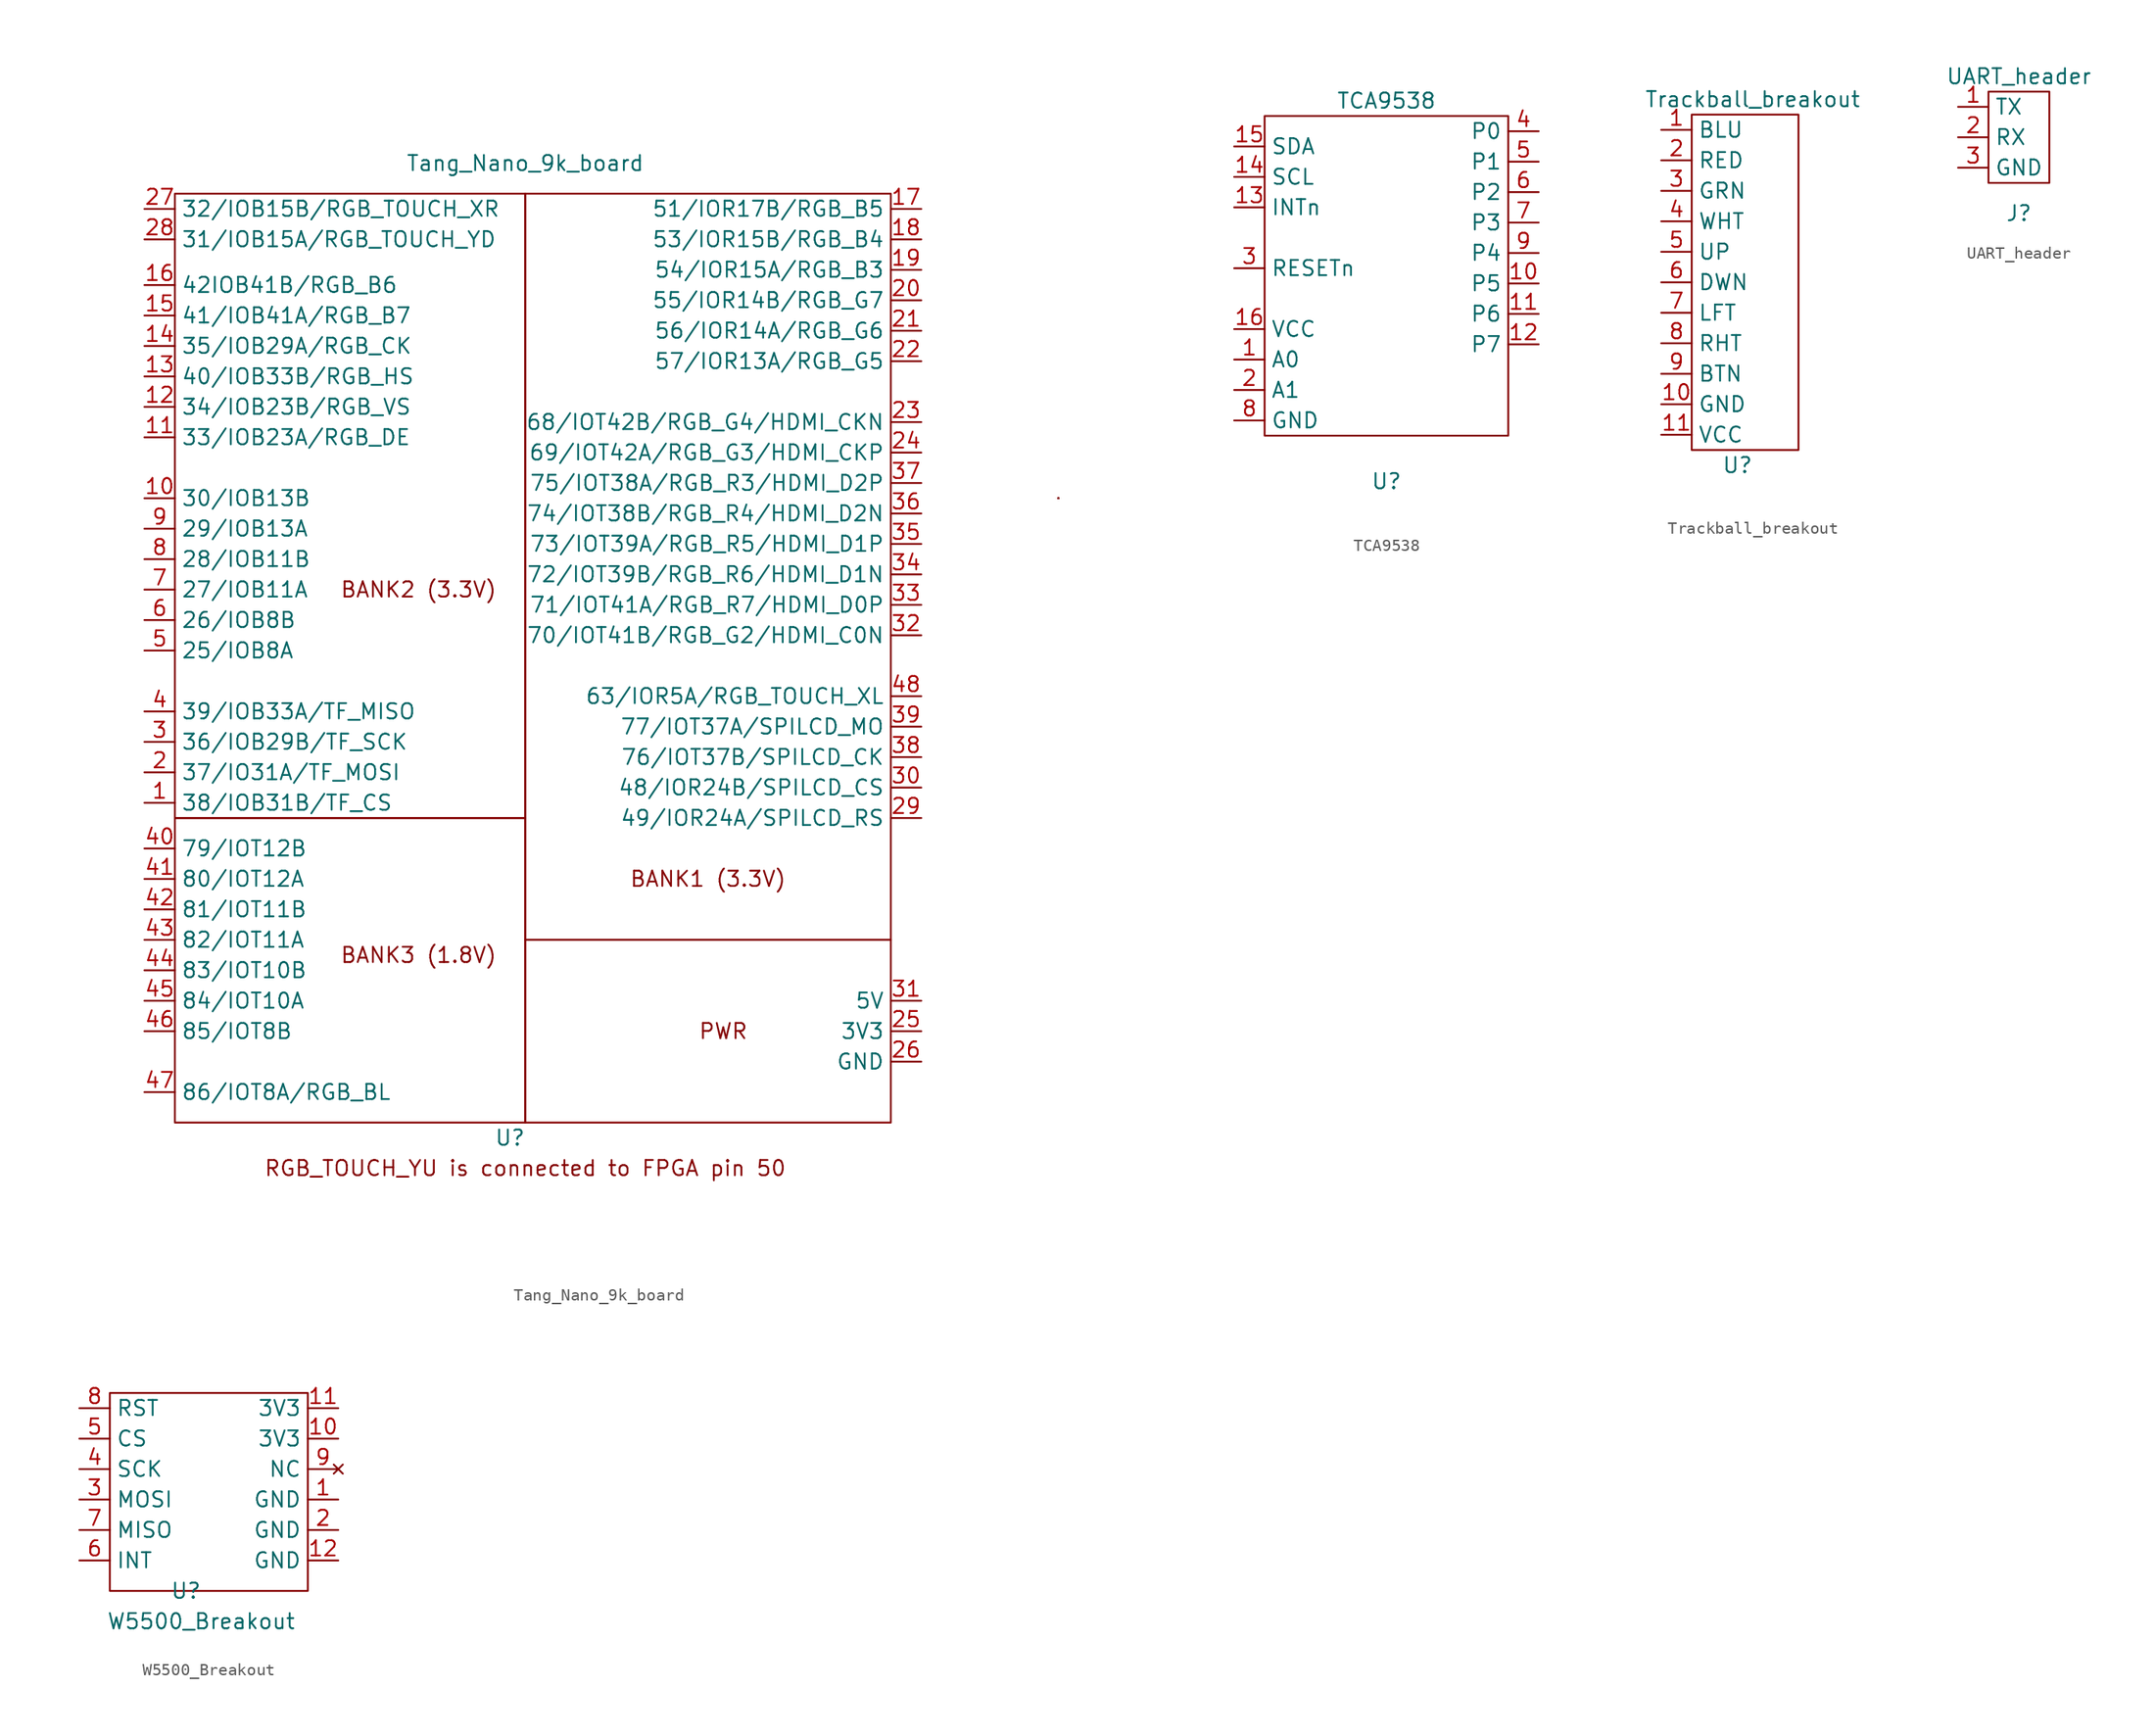
<source format=kicad_sym>
(kicad_symbol_lib
  (version 20220914)
  (generator kicad_symbol_editor)
  (symbol "Tang_Nano_9k_board"
    (property "Reference" "U"
      (at -1.27 -45.72 0)
      (effects (font (size 1.27 1.27))))
    (property "Value" "Tang_Nano_9k_board"
      (at 0 35.56 0)
      (effects (font (size 1.27 1.27))))
    (symbol "Tang_Nano_9k_board_0_0"
      (rectangle (start 44.45 7.62) (end 44.45 7.62) (stroke (width 0) (type default)) (fill (type none)))
      (rectangle (start 44.45 7.62) (end 44.45 7.62) (stroke (width 0) (type default)) (fill (type none)))
      (rectangle (start 44.45 7.62) (end 44.45 7.62) (stroke (width 0) (type default)) (fill (type none)))
      (rectangle (start 44.45 7.62) (end 44.45 7.62) (stroke (width 0) (type default)) (fill (type none)))
      (rectangle (start 44.45 7.62) (end 44.45 7.62) (stroke (width 0) (type default)) (fill (type none)))
      (rectangle (start 44.45 7.62) (end 44.45 7.62) (stroke (width 0) (type default)) (fill (type none)))
      (rectangle (start 44.45 7.62) (end 44.45 7.62) (stroke (width 0) (type default)) (fill (type none)))
      (rectangle (start 44.45 7.62) (end 44.45 7.62) (stroke (width 0) (type default)) (fill (type none)))
      (rectangle (start 44.45 7.62) (end 44.45 7.62) (stroke (width 0) (type default)) (fill (type none)))
      (rectangle (start 44.45 7.62) (end 44.45 7.62) (stroke (width 0) (type default)) (fill (type none)))
      (text "BANK1 (3.3V)" (at 15.24 -24.13 0) (effects (font (size 1.27 1.27))))
      (text "BANK2 (3.3V)" (at -8.89 0 0) (effects (font (size 1.27 1.27))))
      (text "BANK3 (1.8V)" (at -8.89 -30.48 0) (effects (font (size 1.27 1.27))))
      (text "PWR" (at 16.51 -36.83 0) (effects (font (size 1.27 1.27))))
      (text "RGB_TOUCH_YU is connected to FPGA pin 50" (at 0 -48.26 0) (effects (font (size 1.27 1.27)))))
    (symbol "Tang_Nano_9k_board_0_1"
      (rectangle (start -29.21 33.02) (end 0 -19.05) (stroke (width 0) (type default)) (fill (type none)))
      (rectangle (start 0 -44.45) (end -29.21 -19.05) (stroke (width 0) (type default)) (fill (type none)))
      (rectangle (start 0 -29.21) (end 30.48 -44.45) (stroke (width 0) (type default)) (fill (type none)))
      (rectangle (start 0 33.02) (end 30.48 -29.21) (stroke (width 0) (type default)) (fill (type none))))
    (symbol "Tang_Nano_9k_board_1_1"
      (pin bidirectional line (at -31.75 -17.78 0) (length 2.54) (name "38/IOB31B/TF_CS" (effects (font (size 1.27 1.27)))) (number "1" (effects (font (size 1.27 1.27)))))
      (pin bidirectional line (at -31.75 7.62 0) (length 2.54) (name "30/IOB13B" (effects (font (size 1.27 1.27)))) (number "10" (effects (font (size 1.27 1.27)))))
      (pin bidirectional line (at -31.75 12.7 0) (length 2.54) (name "33/IOB23A/RGB_DE" (effects (font (size 1.27 1.27)))) (number "11" (effects (font (size 1.27 1.27)))))
      (pin bidirectional line (at -31.75 15.24 0) (length 2.54) (name "34/IOB23B/RGB_VS" (effects (font (size 1.27 1.27)))) (number "12" (effects (font (size 1.27 1.27)))))
      (pin bidirectional line (at -31.75 17.78 0) (length 2.54) (name "40/IOB33B/RGB_HS" (effects (font (size 1.27 1.27)))) (number "13" (effects (font (size 1.27 1.27)))))
      (pin bidirectional line (at -31.75 20.32 0) (length 2.54) (name "35/IOB29A/RGB_CK" (effects (font (size 1.27 1.27)))) (number "14" (effects (font (size 1.27 1.27)))))
      (pin bidirectional line (at -31.75 22.86 0) (length 2.54) (name "41/IOB41A/RGB_B7" (effects (font (size 1.27 1.27)))) (number "15" (effects (font (size 1.27 1.27)))))
      (pin bidirectional line (at -31.75 25.4 0) (length 2.54) (name "42IOB41B/RGB_B6" (effects (font (size 1.27 1.27)))) (number "16" (effects (font (size 1.27 1.27)))))
      (pin bidirectional line (at 33.02 31.75 180) (length 2.54) (name "51/IOR17B/RGB_B5" (effects (font (size 1.27 1.27)))) (number "17" (effects (font (size 1.27 1.27)))))
      (pin bidirectional line (at 33.02 29.21 180) (length 2.54) (name "53/IOR15B/RGB_B4" (effects (font (size 1.27 1.27)))) (number "18" (effects (font (size 1.27 1.27)))))
      (pin bidirectional line (at 33.02 26.67 180) (length 2.54) (name "54/IOR15A/RGB_B3" (effects (font (size 1.27 1.27)))) (number "19" (effects (font (size 1.27 1.27)))))
      (pin bidirectional line (at -31.75 -15.24 0) (length 2.54) (name "37/IO31A/TF_MOSI" (effects (font (size 1.27 1.27)))) (number "2" (effects (font (size 1.27 1.27)))))
      (pin bidirectional line (at 33.02 24.13 180) (length 2.54) (name "55/IOR14B/RGB_G7" (effects (font (size 1.27 1.27)))) (number "20" (effects (font (size 1.27 1.27)))))
      (pin bidirectional line (at 33.02 21.59 180) (length 2.54) (name "56/IOR14A/RGB_G6" (effects (font (size 1.27 1.27)))) (number "21" (effects (font (size 1.27 1.27)))))
      (pin bidirectional line (at 33.02 19.05 180) (length 2.54) (name "57/IOR13A/RGB_G5" (effects (font (size 1.27 1.27)))) (number "22" (effects (font (size 1.27 1.27)))))
      (pin bidirectional line (at 33.02 13.97 180) (length 2.54) (name "68/IOT42B/RGB_G4/HDMI_CKN" (effects (font (size 1.27 1.27)))) (number "23" (effects (font (size 1.27 1.27)))))
      (pin bidirectional line (at 33.02 11.43 180) (length 2.54) (name "69/IOT42A/RGB_G3/HDMI_CKP" (effects (font (size 1.27 1.27)))) (number "24" (effects (font (size 1.27 1.27)))))
      (pin power_out line (at 33.02 -36.83 180) (length 2.54) (name "3V3" (effects (font (size 1.27 1.27)))) (number "25" (effects (font (size 1.27 1.27)))))
      (pin power_out line (at 33.02 -39.37 180) (length 2.54) (name "GND" (effects (font (size 1.27 1.27)))) (number "26" (effects (font (size 1.27 1.27)))))
      (pin bidirectional line (at -31.75 31.75 0) (length 2.54) (name "32/IOB15B/RGB_TOUCH_XR" (effects (font (size 1.27 1.27)))) (number "27" (effects (font (size 1.27 1.27)))))
      (pin bidirectional line (at -31.75 29.21 0) (length 2.54) (name "31/IOB15A/RGB_TOUCH_YD" (effects (font (size 1.27 1.27)))) (number "28" (effects (font (size 1.27 1.27)))))
      (pin bidirectional line (at 33.02 -19.05 180) (length 2.54) (name "49/IOR24A/SPILCD_RS" (effects (font (size 1.27 1.27)))) (number "29" (effects (font (size 1.27 1.27)))))
      (pin bidirectional line (at -31.75 -12.7 0) (length 2.54) (name "36/IOB29B/TF_SCK" (effects (font (size 1.27 1.27)))) (number "3" (effects (font (size 1.27 1.27)))))
      (pin bidirectional line (at 33.02 -16.51 180) (length 2.54) (name "48/IOR24B/SPILCD_CS" (effects (font (size 1.27 1.27)))) (number "30" (effects (font (size 1.27 1.27)))))
      (pin power_out line (at 33.02 -34.29 180) (length 2.54) (name "5V" (effects (font (size 1.27 1.27)))) (number "31" (effects (font (size 1.27 1.27)))))
      (pin bidirectional line (at 33.02 -3.81 180) (length 2.54) (name "70/IOT41B/RGB_G2/HDMI_C0N" (effects (font (size 1.27 1.27)))) (number "32" (effects (font (size 1.27 1.27)))))
      (pin bidirectional line (at 33.02 -1.27 180) (length 2.54) (name "71/IOT41A/RGB_R7/HDMI_D0P" (effects (font (size 1.27 1.27)))) (number "33" (effects (font (size 1.27 1.27)))))
      (pin bidirectional line (at 33.02 1.27 180) (length 2.54) (name "72/IOT39B/RGB_R6/HDMI_D1N" (effects (font (size 1.27 1.27)))) (number "34" (effects (font (size 1.27 1.27)))))
      (pin bidirectional line (at 33.02 3.81 180) (length 2.54) (name "73/IOT39A/RGB_R5/HDMI_D1P" (effects (font (size 1.27 1.27)))) (number "35" (effects (font (size 1.27 1.27)))))
      (pin bidirectional line (at 33.02 6.35 180) (length 2.54) (name "74/IOT38B/RGB_R4/HDMI_D2N" (effects (font (size 1.27 1.27)))) (number "36" (effects (font (size 1.27 1.27)))))
      (pin bidirectional line (at 33.02 8.89 180) (length 2.54) (name "75/IOT38A/RGB_R3/HDMI_D2P" (effects (font (size 1.27 1.27)))) (number "37" (effects (font (size 1.27 1.27)))))
      (pin bidirectional line (at 33.02 -13.97 180) (length 2.54) (name "76/IOT37B/SPILCD_CK" (effects (font (size 1.27 1.27)))) (number "38" (effects (font (size 1.27 1.27)))))
      (pin bidirectional line (at 33.02 -11.43 180) (length 2.54) (name "77/IOT37A/SPILCD_MO" (effects (font (size 1.27 1.27)))) (number "39" (effects (font (size 1.27 1.27)))))
      (pin bidirectional line (at -31.75 -10.16 0) (length 2.54) (name "39/IOB33A/TF_MISO" (effects (font (size 1.27 1.27)))) (number "4" (effects (font (size 1.27 1.27)))))
      (pin bidirectional line (at -31.75 -21.59 0) (length 2.54) (name "79/IOT12B" (effects (font (size 1.27 1.27)))) (number "40" (effects (font (size 1.27 1.27)))))
      (pin bidirectional line (at -31.75 -24.13 0) (length 2.54) (name "80/IOT12A" (effects (font (size 1.27 1.27)))) (number "41" (effects (font (size 1.27 1.27)))))
      (pin bidirectional line (at -31.75 -26.67 0) (length 2.54) (name "81/IOT11B" (effects (font (size 1.27 1.27)))) (number "42" (effects (font (size 1.27 1.27)))))
      (pin bidirectional line (at -31.75 -29.21 0) (length 2.54) (name "82/IOT11A" (effects (font (size 1.27 1.27)))) (number "43" (effects (font (size 1.27 1.27)))))
      (pin bidirectional line (at -31.75 -31.75 0) (length 2.54) (name "83/IOT10B" (effects (font (size 1.27 1.27)))) (number "44" (effects (font (size 1.27 1.27)))))
      (pin bidirectional line (at -31.75 -34.29 0) (length 2.54) (name "84/IOT10A" (effects (font (size 1.27 1.27)))) (number "45" (effects (font (size 1.27 1.27)))))
      (pin bidirectional line (at -31.75 -36.83 0) (length 2.54) (name "85/IOT8B" (effects (font (size 1.27 1.27)))) (number "46" (effects (font (size 1.27 1.27)))))
      (pin bidirectional line (at -31.75 -41.91 0) (length 2.54) (name "86/IOT8A/RGB_BL" (effects (font (size 1.27 1.27)))) (number "47" (effects (font (size 1.27 1.27)))))
      (pin bidirectional line (at 33.02 -8.89 180) (length 2.54) (name "63/IOR5A/RGB_TOUCH_XL" (effects (font (size 1.27 1.27)))) (number "48" (effects (font (size 1.27 1.27)))))
      (pin bidirectional line (at -31.75 -5.08 0) (length 2.54) (name "25/IOB8A" (effects (font (size 1.27 1.27)))) (number "5" (effects (font (size 1.27 1.27)))))
      (pin bidirectional line (at -31.75 -2.54 0) (length 2.54) (name "26/IOB8B" (effects (font (size 1.27 1.27)))) (number "6" (effects (font (size 1.27 1.27)))))
      (pin bidirectional line (at -31.75 0 0) (length 2.54) (name "27/IOB11A" (effects (font (size 1.27 1.27)))) (number "7" (effects (font (size 1.27 1.27)))))
      (pin bidirectional line (at -31.75 2.54 0) (length 2.54) (name "28/IOB11B" (effects (font (size 1.27 1.27)))) (number "8" (effects (font (size 1.27 1.27)))))
      (pin bidirectional line (at -31.75 5.08 0) (length 2.54) (name "29/IOB13A" (effects (font (size 1.27 1.27)))) (number "9" (effects (font (size 1.27 1.27)))))))
  (symbol "TCA9538"
    (property "Reference" "U"
      (at 0 0 0)
      (effects (font (size 1.27 1.27))))
    (property "Value" "TCA9538"
      (at 0 31.75 0)
      (effects (font (size 1.27 1.27))))
    (symbol "TCA9538_0_1"
      (rectangle (start -10.16 3.81) (end 10.16 30.48) (stroke (width 0) (type default)) (fill (type none))))
    (symbol "TCA9538_1_1"
      (pin input line (at -12.7 10.16 0) (length 2.54) (name "A0" (effects (font (size 1.27 1.27)))) (number "1" (effects (font (size 1.27 1.27)))))
      (pin bidirectional line (at 12.7 16.51 180) (length 2.54) (name "P5" (effects (font (size 1.27 1.27)))) (number "10" (effects (font (size 1.27 1.27)))))
      (pin bidirectional line (at 12.7 13.97 180) (length 2.54) (name "P6" (effects (font (size 1.27 1.27)))) (number "11" (effects (font (size 1.27 1.27)))))
      (pin bidirectional line (at 12.7 11.43 180) (length 2.54) (name "P7" (effects (font (size 1.27 1.27)))) (number "12" (effects (font (size 1.27 1.27)))))
      (pin output line (at -12.7 22.86 0) (length 2.54) (name "INTn" (effects (font (size 1.27 1.27)))) (number "13" (effects (font (size 1.27 1.27)))))
      (pin bidirectional line (at -12.7 25.4 0) (length 2.54) (name "SCL" (effects (font (size 1.27 1.27)))) (number "14" (effects (font (size 1.27 1.27)))))
      (pin bidirectional line (at -12.7 27.94 0) (length 2.54) (name "SDA" (effects (font (size 1.27 1.27)))) (number "15" (effects (font (size 1.27 1.27)))))
      (pin power_in line (at -12.7 12.7 0) (length 2.54) (name "VCC" (effects (font (size 1.27 1.27)))) (number "16" (effects (font (size 1.27 1.27)))))
      (pin input line (at -12.7 7.62 0) (length 2.54) (name "A1" (effects (font (size 1.27 1.27)))) (number "2" (effects (font (size 1.27 1.27)))))
      (pin input line (at -12.7 17.78 0) (length 2.54) (name "RESETn" (effects (font (size 1.27 1.27)))) (number "3" (effects (font (size 1.27 1.27)))))
      (pin bidirectional line (at 12.7 29.21 180) (length 2.54) (name "P0" (effects (font (size 1.27 1.27)))) (number "4" (effects (font (size 1.27 1.27)))))
      (pin bidirectional line (at 12.7 26.67 180) (length 2.54) (name "P1" (effects (font (size 1.27 1.27)))) (number "5" (effects (font (size 1.27 1.27)))))
      (pin bidirectional line (at 12.7 24.13 180) (length 2.54) (name "P2" (effects (font (size 1.27 1.27)))) (number "6" (effects (font (size 1.27 1.27)))))
      (pin bidirectional line (at 12.7 21.59 180) (length 2.54) (name "P3" (effects (font (size 1.27 1.27)))) (number "7" (effects (font (size 1.27 1.27)))))
      (pin power_in line (at -12.7 5.08 0) (length 2.54) (name "GND" (effects (font (size 1.27 1.27)))) (number "8" (effects (font (size 1.27 1.27)))))
      (pin bidirectional line (at 12.7 19.05 180) (length 2.54) (name "P4" (effects (font (size 1.27 1.27)))) (number "9" (effects (font (size 1.27 1.27)))))))
  (symbol "Trackball_breakout"
    (property "Reference" "U"
      (at 0 -11.43 0)
      (effects (font (size 1.27 1.27))))
    (property "Value" "Trackball_breakout"
      (at 1.27 19.05 0)
      (effects (font (size 1.27 1.27))))
    (symbol "Trackball_breakout_0_1"
      (rectangle (start -3.81 17.78) (end 5.08 -10.16) (stroke (width 0) (type default)) (fill (type none))))
    (symbol "Trackball_breakout_1_1"
      (pin input line (at -6.35 16.51 0) (length 2.54) (name "BLU" (effects (font (size 1.27 1.27)))) (number "1" (effects (font (size 1.27 1.27)))))
      (pin power_in line (at -6.35 -6.35 0) (length 2.54) (name "GND" (effects (font (size 1.27 1.27)))) (number "10" (effects (font (size 1.27 1.27)))))
      (pin power_in line (at -6.35 -8.89 0) (length 2.54) (name "VCC" (effects (font (size 1.27 1.27)))) (number "11" (effects (font (size 1.27 1.27)))))
      (pin input line (at -6.35 13.97 0) (length 2.54) (name "RED" (effects (font (size 1.27 1.27)))) (number "2" (effects (font (size 1.27 1.27)))))
      (pin input line (at -6.35 11.43 0) (length 2.54) (name "GRN" (effects (font (size 1.27 1.27)))) (number "3" (effects (font (size 1.27 1.27)))))
      (pin input line (at -6.35 8.89 0) (length 2.54) (name "WHT" (effects (font (size 1.27 1.27)))) (number "4" (effects (font (size 1.27 1.27)))))
      (pin output line (at -6.35 6.35 0) (length 2.54) (name "UP" (effects (font (size 1.27 1.27)))) (number "5" (effects (font (size 1.27 1.27)))))
      (pin output line (at -6.35 3.81 0) (length 2.54) (name "DWN" (effects (font (size 1.27 1.27)))) (number "6" (effects (font (size 1.27 1.27)))))
      (pin output line (at -6.35 1.27 0) (length 2.54) (name "LFT" (effects (font (size 1.27 1.27)))) (number "7" (effects (font (size 1.27 1.27)))))
      (pin output line (at -6.35 -1.27 0) (length 2.54) (name "RHT" (effects (font (size 1.27 1.27)))) (number "8" (effects (font (size 1.27 1.27)))))
      (pin output line (at -6.35 -3.81 0) (length 2.54) (name "BTN" (effects (font (size 1.27 1.27)))) (number "9" (effects (font (size 1.27 1.27)))))))
  (symbol "UART_header"
    (property "Reference" "J"
      (at 0 0 0)
      (effects (font (size 1.27 1.27))))
    (property "Value" "UART_header"
      (at 0 11.43 0)
      (effects (font (size 1.27 1.27))))
    (symbol "UART_header_0_1"
      (rectangle (start -2.54 10.16) (end 2.54 2.54) (stroke (width 0) (type default)) (fill (type none))))
    (symbol "UART_header_1_1"
      (pin input line (at -5.08 8.89 0) (length 2.54) (name "TX" (effects (font (size 1.27 1.27)))) (number "1" (effects (font (size 1.27 1.27)))))
      (pin output line (at -5.08 6.35 0) (length 2.54) (name "RX" (effects (font (size 1.27 1.27)))) (number "2" (effects (font (size 1.27 1.27)))))
      (pin power_in line (at -5.08 3.81 0) (length 2.54) (name "GND" (effects (font (size 1.27 1.27)))) (number "3" (effects (font (size 1.27 1.27)))))))
  (symbol "W5500_Breakout"
    (property "Reference" "U"
      (at -1.27 2.54 0)
      (effects (font (size 1.27 1.27))))
    (property "Value" "W5500_Breakout"
      (at 0 0 0)
      (effects (font (size 1.27 1.27))))
    (symbol "W5500_Breakout_0_0"
      (rectangle (start -7.62 19.05) (end 8.89 2.54) (stroke (width 0) (type default)) (fill (type none))))
    (symbol "W5500_Breakout_1_1"
      (pin power_in line (at 11.43 10.16 180) (length 2.54) (name "GND" (effects (font (size 1.27 1.27)))) (number "1" (effects (font (size 1.27 1.27)))))
      (pin power_in line (at 11.43 15.24 180) (length 2.54) (name "3V3" (effects (font (size 1.27 1.27)))) (number "10" (effects (font (size 1.27 1.27)))))
      (pin power_in line (at 11.43 17.78 180) (length 2.54) (name "3V3" (effects (font (size 1.27 1.27)))) (number "11" (effects (font (size 1.27 1.27)))))
      (pin power_in line (at 11.43 5.08 180) (length 2.54) (name "GND" (effects (font (size 1.27 1.27)))) (number "12" (effects (font (size 1.27 1.27)))))
      (pin power_in line (at 11.43 7.62 180) (length 2.54) (name "GND" (effects (font (size 1.27 1.27)))) (number "2" (effects (font (size 1.27 1.27)))))
      (pin input line (at -10.16 10.16 0) (length 2.54) (name "MOSI" (effects (font (size 1.27 1.27)))) (number "3" (effects (font (size 1.27 1.27)))))
      (pin input line (at -10.16 12.7 0) (length 2.54) (name "SCK" (effects (font (size 1.27 1.27)))) (number "4" (effects (font (size 1.27 1.27)))))
      (pin input line (at -10.16 15.24 0) (length 2.54) (name "CS" (effects (font (size 1.27 1.27)))) (number "5" (effects (font (size 1.27 1.27)))))
      (pin output line (at -10.16 5.08 0) (length 2.54) (name "INT" (effects (font (size 1.27 1.27)))) (number "6" (effects (font (size 1.27 1.27)))))
      (pin output line (at -10.16 7.62 0) (length 2.54) (name "MISO" (effects (font (size 1.27 1.27)))) (number "7" (effects (font (size 1.27 1.27)))))
      (pin input line (at -10.16 17.78 0) (length 2.54) (name "RST" (effects (font (size 1.27 1.27)))) (number "8" (effects (font (size 1.27 1.27)))))
      (pin no_connect line (at 11.43 12.7 180) (length 2.54) (name "NC" (effects (font (size 1.27 1.27)))) (number "9" (effects (font (size 1.27 1.27))))))))
</source>
